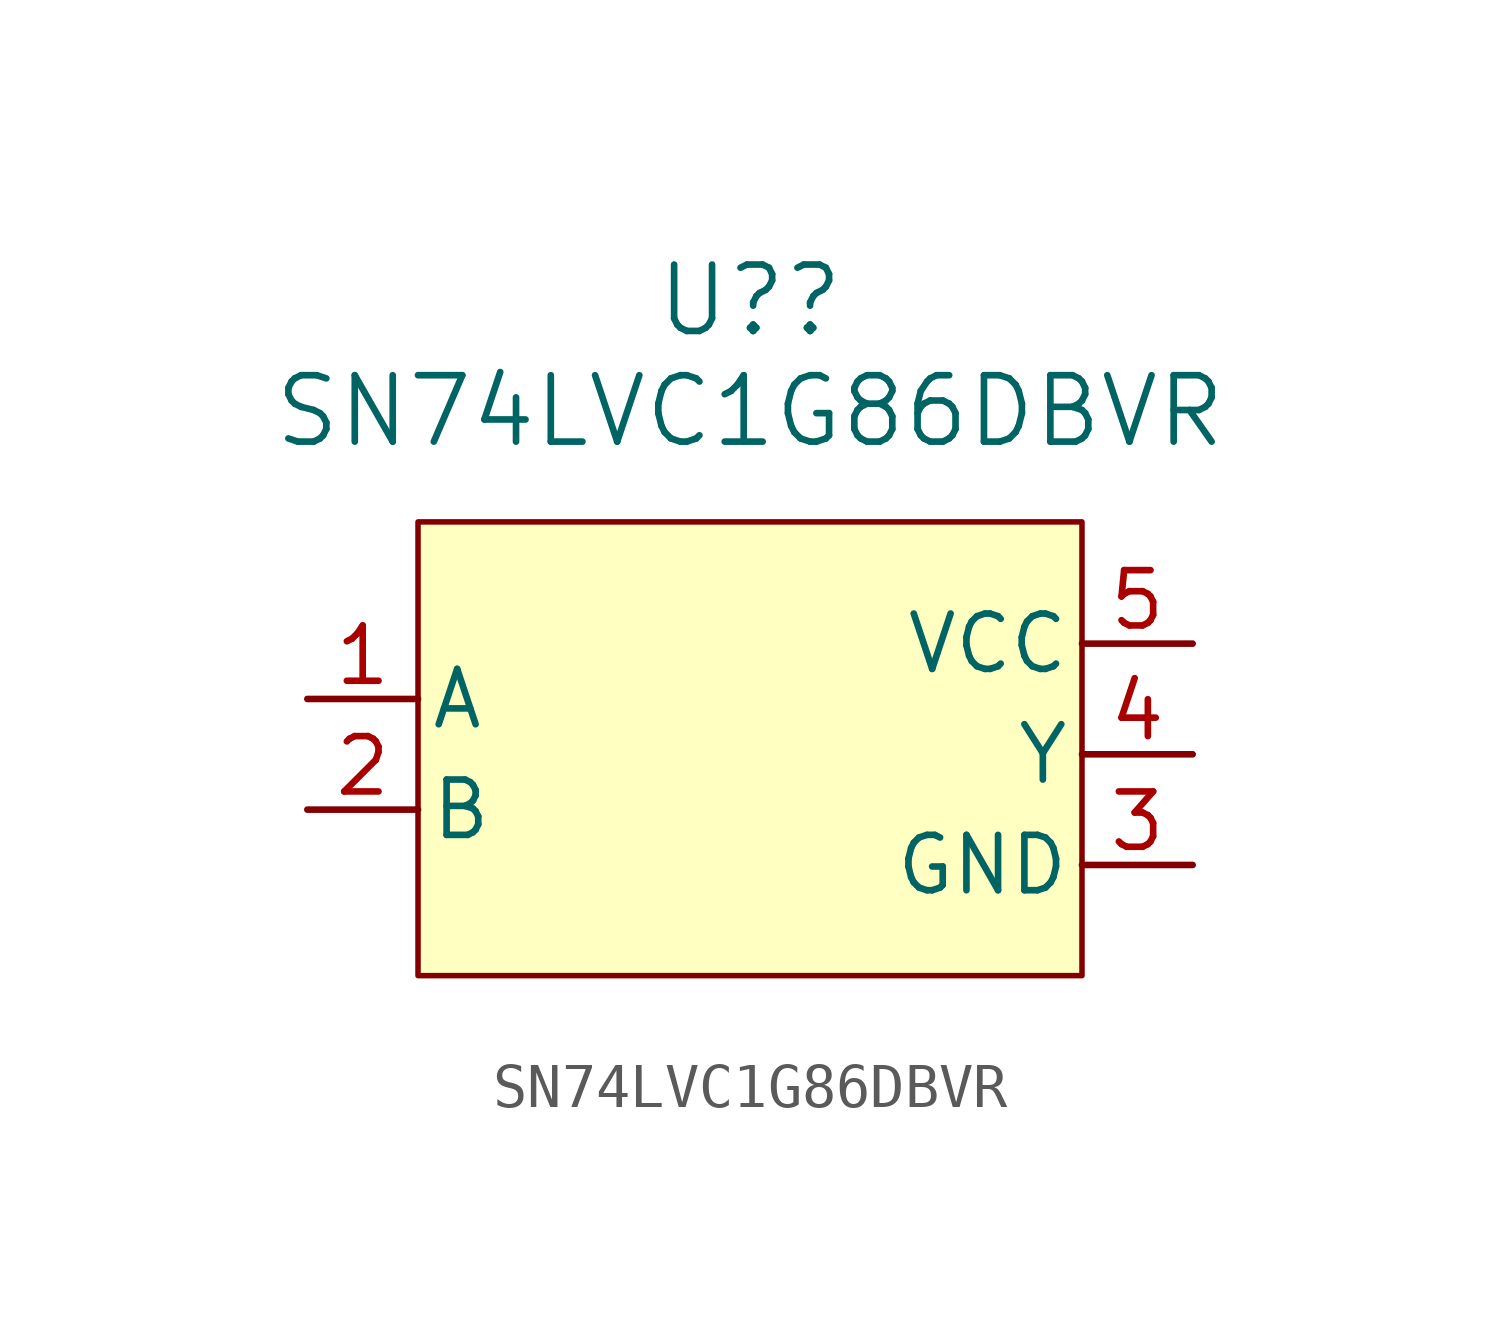
<source format=kicad_sym>
(kicad_symbol_lib
  (version 20241209)
  (generator "kicad_symbol_editor")
  (generator_version "9.0")
  (symbol "SN74LVC1G86DBVR"
    (pin_names
      (offset 0.254))
    (property "Reference" "U?"
      (at 0 10.414 0)
      (effects (font (size 1.524 1.524))))
    (property "Value" "SN74LVC1G86DBVR"
      (at 0 7.874 0)
      (effects (font (size 1.524 1.524))))
    (property "ki_locked" ""
      (at 0 0 0)
      (effects (font (size 1.27 1.27))))
    (symbol "SN74LVC1G86DBVR_0_1"
      (pin input line (at -10.16 1.27 0) (length 2.54) (name "A" (effects (font (size 1.27 1.27)))) (number "1" (effects (font (size 1.27 1.27)))))
      (pin input line (at -10.16 -1.27 0) (length 2.54) (name "B" (effects (font (size 1.27 1.27)))) (number "2" (effects (font (size 1.27 1.27)))))
      (pin power_in line (at 10.16 2.54 180) (length 2.54) (name "VCC" (effects (font (size 1.27 1.27)))) (number "5" (effects (font (size 1.27 1.27)))))
      (pin output line (at 10.16 0 180) (length 2.54) (name "Y" (effects (font (size 1.27 1.27)))) (number "4" (effects (font (size 1.27 1.27)))))
      (pin power_in line (at 10.16 -2.54 180) (length 2.54) (name "GND" (effects (font (size 1.27 1.27)))) (number "3" (effects (font (size 1.27 1.27))))))
    (symbol "SN74LVC1G86DBVR_1_0"
      (rectangle (start -7.62 5.334) (end 7.62 -5.08) (stroke (width 0.127) (type solid)) (fill (type background))))))
</source>
